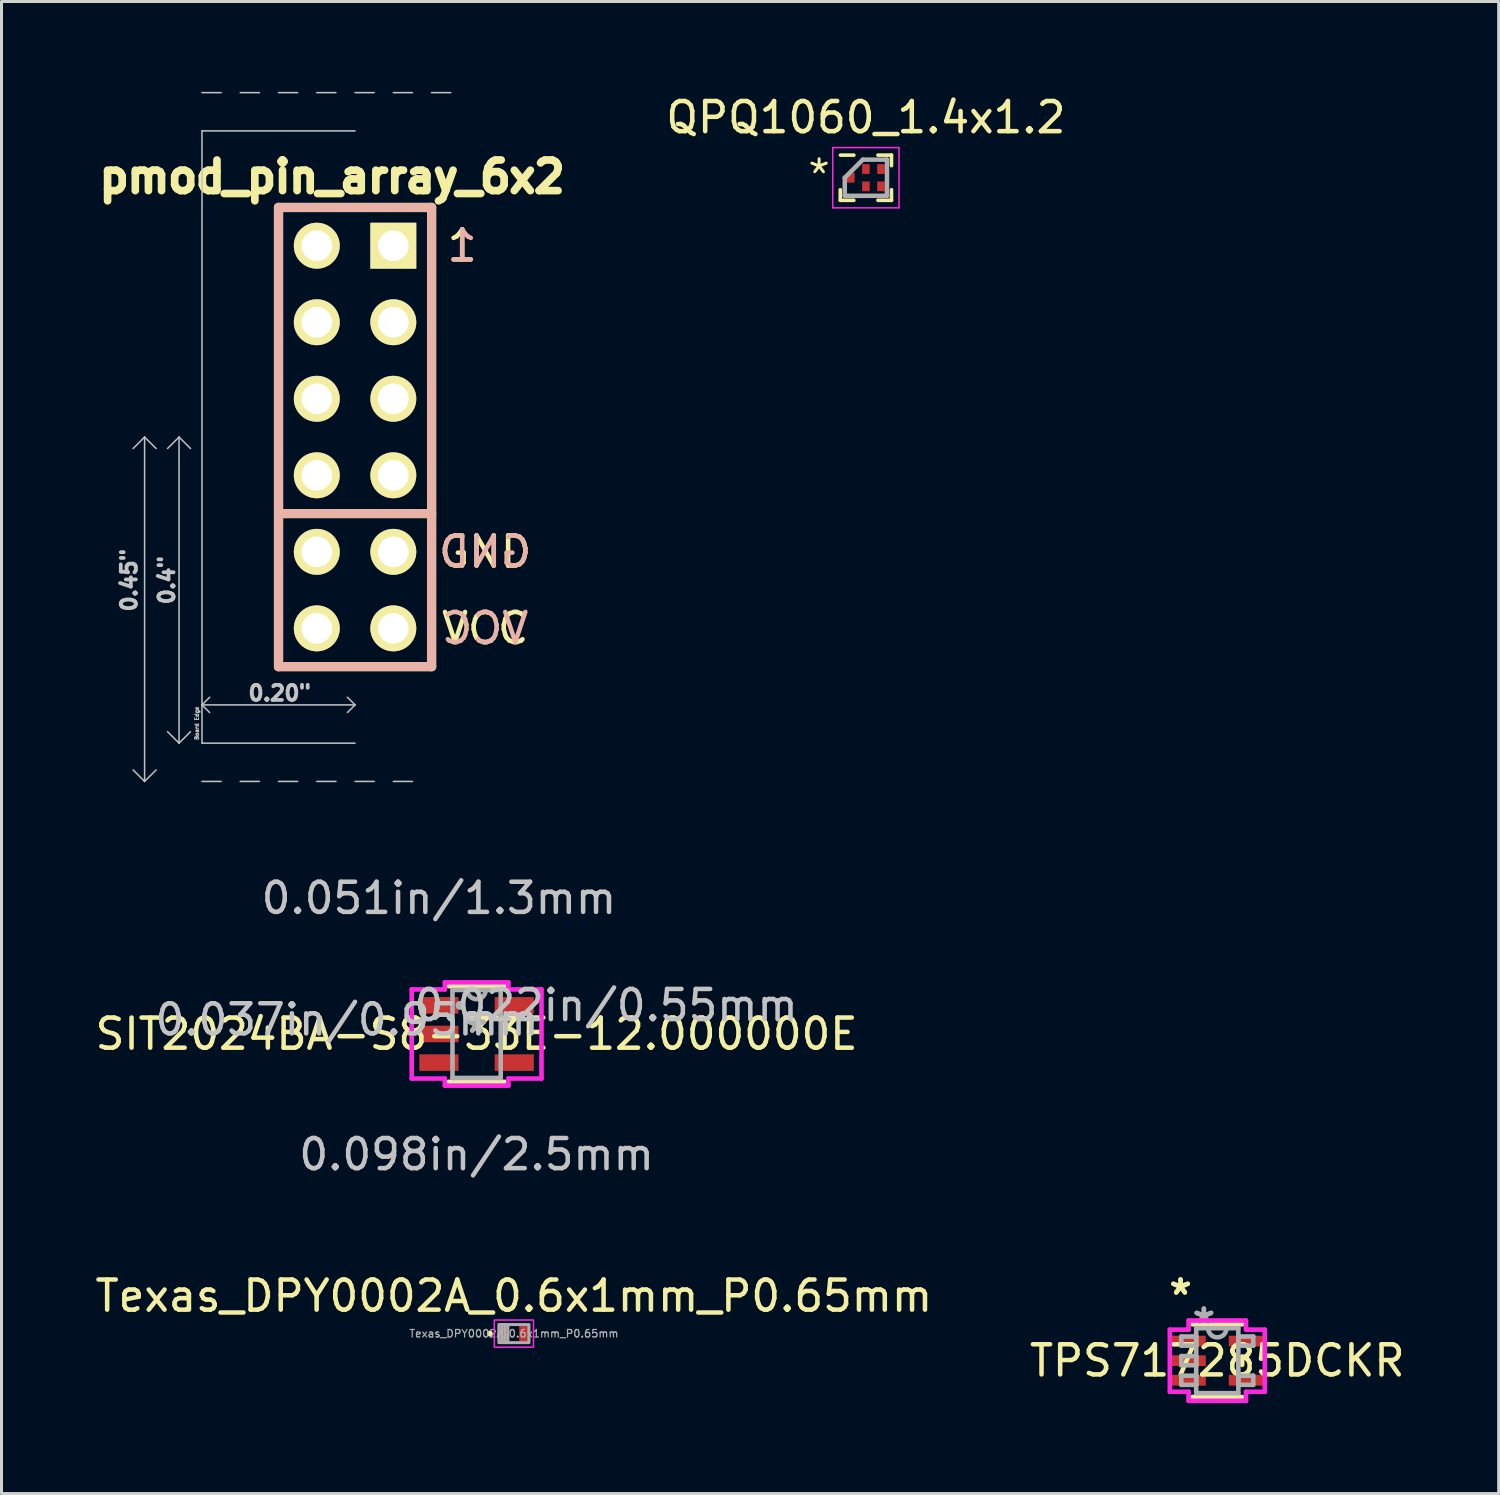
<source format=kicad_pcb>
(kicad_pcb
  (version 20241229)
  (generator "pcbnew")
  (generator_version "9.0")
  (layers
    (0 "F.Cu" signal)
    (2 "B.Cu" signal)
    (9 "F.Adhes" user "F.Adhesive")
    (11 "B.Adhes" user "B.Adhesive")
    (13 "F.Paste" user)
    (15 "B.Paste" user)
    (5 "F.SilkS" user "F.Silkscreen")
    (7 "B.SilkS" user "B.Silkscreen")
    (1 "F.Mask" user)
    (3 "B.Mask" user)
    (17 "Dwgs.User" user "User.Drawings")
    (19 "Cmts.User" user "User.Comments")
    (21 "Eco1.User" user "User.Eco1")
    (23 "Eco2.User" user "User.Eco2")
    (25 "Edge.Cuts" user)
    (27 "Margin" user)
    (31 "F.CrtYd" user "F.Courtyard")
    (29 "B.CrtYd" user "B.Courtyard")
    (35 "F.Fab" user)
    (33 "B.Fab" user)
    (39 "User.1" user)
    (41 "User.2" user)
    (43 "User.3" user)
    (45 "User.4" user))
  (footprint "SIT2024BA-S8-33E-12.000000E"
    (layer "F.Cu")
    (at 12.768 31.267)
    (property "Reference" "SIT2024BA-S8-33E-12.000000E" (at 0 0 0) (layer "F.SilkS") (effects (font (size 1 1) (thickness 0.15))))
    (attr through_hole)
    (fp_line (start -0.927 1.587) (end 0.927 1.587) (stroke (width 0.152) (type solid)) (layer "F.SilkS"))
    (fp_line (start 0.927 -1.587) (end -0.927 -1.587) (stroke (width 0.152) (type solid)) (layer "F.SilkS"))
    (fp_line (start 0.927 0.342) (end 0.927 -0.342) (stroke (width 0.152) (type solid)) (layer "F.SilkS"))
    (fp_line (start -2.154 -1.479) (end -1.054 -1.479) (stroke (width 0.152) (type solid)) (layer "F.CrtYd"))
    (fp_line (start -2.154 1.479) (end -2.154 -1.479) (stroke (width 0.152) (type solid)) (layer "F.CrtYd"))
    (fp_line (start -1.054 -1.714) (end 1.054 -1.714) (stroke (width 0.152) (type solid)) (layer "F.CrtYd"))
    (fp_line (start -1.054 -1.479) (end -1.054 -1.714) (stroke (width 0.152) (type solid)) (layer "F.CrtYd"))
    (fp_line (start -1.054 1.479) (end -2.154 1.479) (stroke (width 0.152) (type solid)) (layer "F.CrtYd"))
    (fp_line (start -1.054 1.714) (end -1.054 1.479) (stroke (width 0.152) (type solid)) (layer "F.CrtYd"))
    (fp_line (start 1.054 -1.714) (end 1.054 -1.479) (stroke (width 0.152) (type solid)) (layer "F.CrtYd"))
    (fp_line (start 1.054 -1.479) (end 2.154 -1.479) (stroke (width 0.152) (type solid)) (layer "F.CrtYd"))
    (fp_line (start 1.054 1.479) (end 1.054 1.714) (stroke (width 0.152) (type solid)) (layer "F.CrtYd"))
    (fp_line (start 1.054 1.714) (end -1.054 1.714) (stroke (width 0.152) (type solid)) (layer "F.CrtYd"))
    (fp_line (start 2.154 -1.479) (end 2.154 1.479) (stroke (width 0.152) (type solid)) (layer "F.CrtYd"))
    (fp_line (start 2.154 1.479) (end 1.054 1.479) (stroke (width 0.152) (type solid)) (layer "F.CrtYd"))
    (fp_line (start -0.8 -1.46) (end -0.8 1.46) (stroke (width 0.152) (type solid)) (layer "F.Fab"))
    (fp_line (start -0.8 1.46) (end 0.8 1.46) (stroke (width 0.152) (type solid)) (layer "F.Fab"))
    (fp_line (start 0.8 -1.46) (end -0.8 -1.46) (stroke (width 0.152) (type solid)) (layer "F.Fab"))
    (fp_line (start 0.8 1.46) (end 0.8 -1.46) (stroke (width 0.152) (type solid)) (layer "F.Fab"))
    (fp_arc (start 0.3048 -1.4605) (mid 0 -1.1557) (end -0.3048 -1.4605) (stroke (width 0.1524) (type solid)) (layer "F.Fab"))
    (fp_circle (center -0.546 -0.95) (end -0.546 -0.95) (stroke (width 0.152) (type solid)) (fill no) (layer "F.Fab"))
    (fp_text user "*" (at 0 0 0) (layer "F.SilkS") (effects (font (size 1 1) (thickness 0.15))))
    (fp_text user "0.051in/1.3mm" (at -1.25 -4.508 0) (layer "Dwgs.User") (effects (font (size 1 1) (thickness 0.15))))
    (fp_text user "0.022in/0.55mm" (at 4.298 -0.95 0) (layer "Dwgs.User") (effects (font (size 1 1) (thickness 0.15))))
    (fp_text user "0.098in/2.5mm" (at 0 3.998 0) (layer "Dwgs.User") (effects (font (size 1 1) (thickness 0.15))))
    (fp_text user "0.037in/0.95mm" (at -4.298 -0.475 0) (layer "Dwgs.User") (effects (font (size 1 1) (thickness 0.15))))
    (fp_text user "Copyright 2016 Accelerated Designs. All rights reserved." (at 0 0 0) (layer "Cmts.User") (effects (font (size 0.127 0.127) (thickness 0.002))))
    (fp_text user "*" (at 0 0 0) (layer "F.Fab") (effects (font (size 1 1) (thickness 0.15))))
    (pad "1" smd rect (at -1.25 -0.95) (size 1.3 0.55) (layers "F.Cu" "F.Mask" "F.Paste"))
    (pad "2" smd rect (at -1.25 0) (size 1.3 0.55) (layers "F.Cu" "F.Mask" "F.Paste"))
    (pad "3" smd rect (at -1.25 0.95) (size 1.3 0.55) (layers "F.Cu" "F.Mask" "F.Paste"))
    (pad "4" smd rect (at 1.25 0.95) (size 1.3 0.55) (layers "F.Cu" "F.Mask" "F.Paste"))
    (pad "5" smd rect (at 1.25 -0.95) (size 1.3 0.55) (layers "F.Cu" "F.Mask" "F.Paste")))
  (footprint "QPQ1060_1.4x1.2"
    (layer "F.Cu")
    (at 25.688 2.848)
    (property "Reference" "QPQ1060_1.4x1.2" (at 0 -2 0) (layer "F.SilkS") (effects (font (size 1 1) (thickness 0.15))))
    (attr smd)
    (fp_line (start -0.85 0.75) (end -0.85 0.4) (stroke (width 0.12) (type default)) (layer "F.SilkS"))
    (fp_line (start -0.4 -0.75) (end -0.844 -0.75) (stroke (width 0.12) (type default)) (layer "F.SilkS"))
    (fp_line (start -0.4 0.75) (end -0.85 0.75) (stroke (width 0.12) (type default)) (layer "F.SilkS"))
    (fp_line (start 0.4 -0.75) (end 0.85 -0.75) (stroke (width 0.12) (type default)) (layer "F.SilkS"))
    (fp_line (start 0.4 0.75) (end 0.85 0.75) (stroke (width 0.12) (type default)) (layer "F.SilkS"))
    (fp_line (start 0.85 -0.75) (end 0.85 -0.4) (stroke (width 0.12) (type default)) (layer "F.SilkS"))
    (fp_line (start 0.85 0.75) (end 0.85 0.4) (stroke (width 0.12) (type default)) (layer "F.SilkS"))
    (fp_line (start -1.1 -1) (end 1.1 -1) (stroke (width 0.05) (type default)) (layer "F.CrtYd"))
    (fp_line (start -1.1 1) (end -1.1 -1) (stroke (width 0.05) (type default)) (layer "F.CrtYd"))
    (fp_line (start 1.1 -1) (end 1.1 1) (stroke (width 0.05) (type default)) (layer "F.CrtYd"))
    (fp_line (start 1.1 1) (end -1.1 1) (stroke (width 0.05) (type default)) (layer "F.CrtYd"))
    (fp_line (start -0.7 0) (end -0.7 0.6) (stroke (width 0.15) (type default)) (layer "F.Fab"))
    (fp_line (start -0.7 0.6) (end 0.7 0.6) (stroke (width 0.15) (type default)) (layer "F.Fab"))
    (fp_line (start -0.1 -0.6) (end -0.7 0) (stroke (width 0.15) (type default)) (layer "F.Fab"))
    (fp_line (start 0.7 -0.6) (end -0.1 -0.6) (stroke (width 0.15) (type default)) (layer "F.Fab"))
    (fp_line (start 0.7 0.6) (end 0.7 -0.6) (stroke (width 0.15) (type default)) (layer "F.Fab"))
    (fp_text user "*" (at -2 0.5 0) (unlocked yes) (layer "F.SilkS") (effects (font (size 1 1) (thickness 0.1)) (justify left bottom)))
    (pad "1" smd rect (at -0.5 0) (size 0.25 0.325) (layers "F.Cu" "F.Mask" "F.Paste"))
    (pad "2" smd rect (at 0 0.287) (size 0.25 0.325) (layers "F.Cu" "F.Mask" "F.Paste"))
    (pad "3" smd rect (at 0.5 0.287) (size 0.25 0.325) (layers "F.Cu" "F.Mask" "F.Paste"))
    (pad "4" smd rect (at 0.5 -0.287) (size 0.25 0.325) (layers "F.Cu" "F.Mask" "F.Paste"))
    (pad "5" smd rect (at 0 -0.287) (size 0.25 0.325) (layers "F.Cu" "F.Mask" "F.Paste")))
  (footprint "TPS717285DCKR"
    (layer "F.Cu")
    (at 37.351 42.11)
    (property "Reference" "TPS717285DCKR" (at 0 0 0) (layer "F.SilkS") (effects (font (size 1 1) (thickness 0.15))))
    (attr through_hole)
    (fp_line (start -0.826 1.206) (end 0.826 1.206) (stroke (width 0.152) (type solid)) (layer "F.SilkS"))
    (fp_line (start 0.826 -1.206) (end -0.826 -1.206) (stroke (width 0.152) (type solid)) (layer "F.SilkS"))
    (fp_line (start 0.826 0.139) (end 0.826 -0.139) (stroke (width 0.152) (type solid)) (layer "F.SilkS"))
    (fp_line (start -1.575 -1.031) (end -0.953 -1.031) (stroke (width 0.152) (type solid)) (layer "F.CrtYd"))
    (fp_line (start -1.575 1.031) (end -1.575 -1.031) (stroke (width 0.152) (type solid)) (layer "F.CrtYd"))
    (fp_line (start -0.953 -1.333) (end 0.953 -1.333) (stroke (width 0.152) (type solid)) (layer "F.CrtYd"))
    (fp_line (start -0.953 -1.031) (end -0.953 -1.333) (stroke (width 0.152) (type solid)) (layer "F.CrtYd"))
    (fp_line (start -0.953 1.031) (end -1.575 1.031) (stroke (width 0.152) (type solid)) (layer "F.CrtYd"))
    (fp_line (start -0.953 1.333) (end -0.953 1.031) (stroke (width 0.152) (type solid)) (layer "F.CrtYd"))
    (fp_line (start 0.953 -1.333) (end 0.953 -1.031) (stroke (width 0.152) (type solid)) (layer "F.CrtYd"))
    (fp_line (start 0.953 -1.031) (end 1.575 -1.031) (stroke (width 0.152) (type solid)) (layer "F.CrtYd"))
    (fp_line (start 0.953 1.031) (end 0.953 1.333) (stroke (width 0.152) (type solid)) (layer "F.CrtYd"))
    (fp_line (start 0.953 1.333) (end -0.953 1.333) (stroke (width 0.152) (type solid)) (layer "F.CrtYd"))
    (fp_line (start 1.575 -1.031) (end 1.575 1.031) (stroke (width 0.152) (type solid)) (layer "F.CrtYd"))
    (fp_line (start 1.575 1.031) (end 0.953 1.031) (stroke (width 0.152) (type solid)) (layer "F.CrtYd"))
    (fp_line (start -1.194 -0.802) (end -1.194 -0.498) (stroke (width 0.152) (type solid)) (layer "F.Fab"))
    (fp_line (start -1.194 -0.498) (end -0.699 -0.498) (stroke (width 0.152) (type solid)) (layer "F.Fab"))
    (fp_line (start -1.194 -0.152) (end -1.194 0.152) (stroke (width 0.152) (type solid)) (layer "F.Fab"))
    (fp_line (start -1.194 0.152) (end -0.699 0.152) (stroke (width 0.152) (type solid)) (layer "F.Fab"))
    (fp_line (start -1.194 0.498) (end -1.194 0.802) (stroke (width 0.152) (type solid)) (layer "F.Fab"))
    (fp_line (start -1.194 0.802) (end -0.699 0.802) (stroke (width 0.152) (type solid)) (layer "F.Fab"))
    (fp_line (start -0.699 -1.079) (end -0.699 1.079) (stroke (width 0.152) (type solid)) (layer "F.Fab"))
    (fp_line (start -0.699 -0.802) (end -1.194 -0.802) (stroke (width 0.152) (type solid)) (layer "F.Fab"))
    (fp_line (start -0.699 -0.498) (end -0.699 -0.802) (stroke (width 0.152) (type solid)) (layer "F.Fab"))
    (fp_line (start -0.699 -0.152) (end -1.194 -0.152) (stroke (width 0.152) (type solid)) (layer "F.Fab"))
    (fp_line (start -0.699 0.152) (end -0.699 -0.152) (stroke (width 0.152) (type solid)) (layer "F.Fab"))
    (fp_line (start -0.699 0.498) (end -1.194 0.498) (stroke (width 0.152) (type solid)) (layer "F.Fab"))
    (fp_line (start -0.699 0.802) (end -0.699 0.498) (stroke (width 0.152) (type solid)) (layer "F.Fab"))
    (fp_line (start -0.699 1.079) (end 0.699 1.079) (stroke (width 0.152) (type solid)) (layer "F.Fab"))
    (fp_line (start 0.699 -1.079) (end -0.699 -1.079) (stroke (width 0.152) (type solid)) (layer "F.Fab"))
    (fp_line (start 0.699 -0.802) (end 0.699 -0.498) (stroke (width 0.152) (type solid)) (layer "F.Fab"))
    (fp_line (start 0.699 -0.498) (end 1.194 -0.498) (stroke (width 0.152) (type solid)) (layer "F.Fab"))
    (fp_line (start 0.699 0.498) (end 0.699 0.802) (stroke (width 0.152) (type solid)) (layer "F.Fab"))
    (fp_line (start 0.699 0.802) (end 1.194 0.802) (stroke (width 0.152) (type solid)) (layer "F.Fab"))
    (fp_line (start 0.699 1.079) (end 0.699 -1.079) (stroke (width 0.152) (type solid)) (layer "F.Fab"))
    (fp_line (start 1.194 -0.802) (end 0.699 -0.802) (stroke (width 0.152) (type solid)) (layer "F.Fab"))
    (fp_line (start 1.194 -0.498) (end 1.194 -0.802) (stroke (width 0.152) (type solid)) (layer "F.Fab"))
    (fp_line (start 1.194 0.498) (end 0.699 0.498) (stroke (width 0.152) (type solid)) (layer "F.Fab"))
    (fp_line (start 1.194 0.802) (end 1.194 0.498) (stroke (width 0.152) (type solid)) (layer "F.Fab"))
    (fp_arc (start 0.3048 -1.0795) (mid 0 -0.7747) (end -0.3048 -1.0795) (stroke (width 0.1524) (type solid)) (layer "F.Fab"))
    (fp_text user "*" (at -1.219 -2.149 0) (layer "F.SilkS") (effects (font (size 1 1) (thickness 0.15))))
    (fp_text user "*" (at -1.219 -2.149 0) (layer "F.SilkS") (effects (font (size 1 1) (thickness 0.15))))
    (fp_text user "*" (at -0.445 -1.183 0) (layer "F.Fab") (effects (font (size 1 1) (thickness 0.15))))
    (fp_text user "*" (at -0.445 -1.183 0) (layer "F.Fab") (effects (font (size 1 1) (thickness 0.15))))
    (pad "1" smd rect (at -0.965 -0.65) (size 1.168 0.356) (layers "F.Cu" "F.Mask" "F.Paste"))
    (pad "2" smd rect (at -0.965 0) (size 1.168 0.356) (layers "F.Cu" "F.Mask" "F.Paste"))
    (pad "3" smd rect (at -0.965 0.65) (size 1.168 0.356) (layers "F.Cu" "F.Mask" "F.Paste"))
    (pad "4" smd rect (at 0.965 0.65) (size 1.168 0.356) (layers "F.Cu" "F.Mask" "F.Paste"))
    (pad "5" smd rect (at 0.965 -0.65) (size 1.168 0.356) (layers "F.Cu" "F.Mask" "F.Paste")))
  (footprint "pmod_pin_array_6x2"
    (layer "F.Cu")
    (at 8.734 11.455)
    (property "Reference" "pmod_pin_array_6x2" (at -0.762 -8.636 0) (layer "F.SilkS") (effects (font (size 1.016 1.016) (thickness 0.254))))
    (attr through_hole)
    (fp_line (start -2.54 -7.62) (end -2.54 7.62) (stroke (width 0.305) (type solid)) (layer "F.SilkS"))
    (fp_line (start -2.54 7.62) (end 2.54 7.62) (stroke (width 0.305) (type solid)) (layer "F.SilkS"))
    (fp_line (start 2.54 -7.62) (end -2.54 -7.62) (stroke (width 0.305) (type solid)) (layer "F.SilkS"))
    (fp_line (start 2.54 2.54) (end -2.54 2.54) (stroke (width 0.305) (type solid)) (layer "F.SilkS"))
    (fp_line (start 2.54 7.62) (end 2.54 -7.62) (stroke (width 0.305) (type solid)) (layer "F.SilkS"))
    (fp_line (start -2.54 -7.62) (end -2.54 7.62) (stroke (width 0.305) (type solid)) (layer "B.SilkS"))
    (fp_line (start -2.54 7.62) (end 2.54 7.62) (stroke (width 0.305) (type solid)) (layer "B.SilkS"))
    (fp_line (start 2.54 -7.62) (end -2.54 -7.62) (stroke (width 0.305) (type solid)) (layer "B.SilkS"))
    (fp_line (start 2.54 2.54) (end -2.54 2.54) (stroke (width 0.305) (type solid)) (layer "B.SilkS"))
    (fp_line (start 2.54 7.62) (end 2.54 -7.62) (stroke (width 0.305) (type solid)) (layer "B.SilkS"))
    (fp_line (start -6.985 0) (end -7.366 0.381) (stroke (width 0.05) (type solid)) (layer "Dwgs.User"))
    (fp_line (start -6.985 0) (end -6.985 11.43) (stroke (width 0.05) (type solid)) (layer "Dwgs.User"))
    (fp_line (start -6.985 11.43) (end -7.366 11.049) (stroke (width 0.05) (type solid)) (layer "Dwgs.User"))
    (fp_line (start -6.985 11.43) (end -6.604 11.049) (stroke (width 0.05) (type solid)) (layer "Dwgs.User"))
    (fp_line (start -6.604 0.381) (end -6.985 0) (stroke (width 0.05) (type solid)) (layer "Dwgs.User"))
    (fp_line (start -5.842 0) (end -6.223 0.381) (stroke (width 0.05) (type solid)) (layer "Dwgs.User"))
    (fp_line (start -5.842 0) (end -5.842 10.16) (stroke (width 0.05) (type solid)) (layer "Dwgs.User"))
    (fp_line (start -5.842 0) (end -5.461 0.381) (stroke (width 0.05) (type solid)) (layer "Dwgs.User"))
    (fp_line (start -5.842 10.16) (end -6.223 9.779) (stroke (width 0.05) (type solid)) (layer "Dwgs.User"))
    (fp_line (start -5.842 10.16) (end -5.461 9.779) (stroke (width 0.05) (type solid)) (layer "Dwgs.User"))
    (fp_line (start -5.08 -11.43) (end -4.445 -11.43) (stroke (width 0.05) (type solid)) (layer "Dwgs.User"))
    (fp_line (start -5.08 8.89) (end -4.826 8.636) (stroke (width 0.05) (type solid)) (layer "Dwgs.User"))
    (fp_line (start -5.08 8.89) (end -4.826 9.144) (stroke (width 0.05) (type solid)) (layer "Dwgs.User"))
    (fp_line (start -5.08 10.16) (end -5.08 -10.16) (stroke (width 0.05) (type solid)) (layer "Dwgs.User"))
    (fp_line (start -5.08 11.43) (end -4.445 11.43) (stroke (width 0.05) (type solid)) (layer "Dwgs.User"))
    (fp_line (start -3.81 -11.43) (end -3.175 -11.43) (stroke (width 0.05) (type solid)) (layer "Dwgs.User"))
    (fp_line (start -3.81 11.43) (end -3.175 11.43) (stroke (width 0.05) (type solid)) (layer "Dwgs.User"))
    (fp_line (start -2.54 -11.43) (end -1.905 -11.43) (stroke (width 0.05) (type solid)) (layer "Dwgs.User"))
    (fp_line (start -2.54 11.43) (end -1.905 11.43) (stroke (width 0.05) (type solid)) (layer "Dwgs.User"))
    (fp_line (start -1.27 -11.43) (end -0.635 -11.43) (stroke (width 0.05) (type solid)) (layer "Dwgs.User"))
    (fp_line (start -1.27 11.43) (end -0.635 11.43) (stroke (width 0.05) (type solid)) (layer "Dwgs.User"))
    (fp_line (start -0.254 8.636) (end 0 8.89) (stroke (width 0.05) (type solid)) (layer "Dwgs.User"))
    (fp_line (start 0 -11.43) (end 0.635 -11.43) (stroke (width 0.05) (type solid)) (layer "Dwgs.User"))
    (fp_line (start 0 -10.16) (end -5.08 -10.16) (stroke (width 0.05) (type solid)) (layer "Dwgs.User"))
    (fp_line (start 0 8.89) (end -5.08 8.89) (stroke (width 0.05) (type solid)) (layer "Dwgs.User"))
    (fp_line (start 0 8.89) (end -0.254 9.144) (stroke (width 0.05) (type solid)) (layer "Dwgs.User"))
    (fp_line (start 0 10.16) (end -5.08 10.16) (stroke (width 0.05) (type solid)) (layer "Dwgs.User"))
    (fp_line (start 0 11.43) (end 0.635 11.43) (stroke (width 0.05) (type solid)) (layer "Dwgs.User"))
    (fp_line (start 1.27 -11.43) (end 1.905 -11.43) (stroke (width 0.05) (type solid)) (layer "Dwgs.User"))
    (fp_line (start 1.27 11.43) (end 1.905 11.43) (stroke (width 0.05) (type solid)) (layer "Dwgs.User"))
    (fp_line (start 2.54 -11.43) (end 3.175 -11.43) (stroke (width 0.05) (type solid)) (layer "Dwgs.User"))
    (fp_text user "VCC" (at 4.318 6.35 0) (layer "F.SilkS") (effects (font (size 1 1) (thickness 0.15))))
    (fp_text user "GND" (at 4.318 3.81 0) (layer "F.SilkS") (effects (font (size 1 1) (thickness 0.15))))
    (fp_text user "1" (at 3.556 -6.35 0) (layer "F.SilkS") (effects (font (size 1 1) (thickness 0.15))))
    (fp_text user "VCC" (at 4.318 6.35 0) (layer "B.SilkS") (effects (font (size 1 1) (thickness 0.15)) (justify mirror)))
    (fp_text user "1" (at 3.556 -6.35 0) (layer "B.SilkS") (effects (font (size 1 1) (thickness 0.15)) (justify mirror)))
    (fp_text user "GND" (at 4.318 3.81 0) (layer "B.SilkS") (effects (font (size 1 1) (thickness 0.15)) (justify mirror)))
    (fp_text user "0.4\"" (at -6.25 4.75 90) (layer "Dwgs.User") (effects (font (size 0.5 0.5) (thickness 0.125))))
    (fp_text user "0.20\"" (at -2.5 8.5 180) (layer "Dwgs.User") (effects (font (size 0.5 0.5) (thickness 0.125))))
    (fp_text user "Board Edge" (at -5.25 9.5 90) (layer "Dwgs.User") (effects (font (size 0.127 0.127) (thickness 0.032))))
    (fp_text user "0.45\"" (at -7.5 4.75 90) (layer "Dwgs.User") (effects (font (size 0.5 0.5) (thickness 0.125))))
    (pad "1" thru_hole rect (at 1.27 -6.35) (size 1.524 1.524) (drill 1.016) (layers "*.Cu" "*.Mask" "F.SilkS"))
    (pad "2" thru_hole circle (at 1.27 -3.81 270) (size 1.524 1.524) (drill 1.016) (layers "*.Cu" "*.Mask" "F.SilkS"))
    (pad "3" thru_hole circle (at 1.27 -1.27 270) (size 1.524 1.524) (drill 1.016) (layers "*.Cu" "*.Mask" "F.SilkS"))
    (pad "4" thru_hole circle (at 1.27 1.27 270) (size 1.524 1.524) (drill 1.016) (layers "*.Cu" "*.Mask" "F.SilkS"))
    (pad "5" thru_hole circle (at 1.27 3.81 270) (size 1.524 1.524) (drill 1.016) (layers "*.Cu" "*.Mask" "F.SilkS"))
    (pad "6" thru_hole circle (at 1.27 6.35 270) (size 1.524 1.524) (drill 1.016) (layers "*.Cu" "*.Mask" "F.SilkS"))
    (pad "7" thru_hole circle (at -1.27 -6.35 270) (size 1.524 1.524) (drill 1.016) (layers "*.Cu" "*.Mask" "F.SilkS"))
    (pad "8" thru_hole circle (at -1.27 -3.81 270) (size 1.524 1.524) (drill 1.016) (layers "*.Cu" "*.Mask" "F.SilkS"))
    (pad "9" thru_hole circle (at -1.27 -1.27 270) (size 1.524 1.524) (drill 1.016) (layers "*.Cu" "*.Mask" "F.SilkS"))
    (pad "10" thru_hole circle (at -1.27 1.27 270) (size 1.524 1.524) (drill 1.016) (layers "*.Cu" "*.Mask" "F.SilkS"))
    (pad "11" thru_hole circle (at -1.27 3.81 270) (size 1.524 1.524) (drill 1.016) (layers "*.Cu" "*.Mask" "F.SilkS"))
    (pad "12" thru_hole circle (at -1.27 6.35 270) (size 1.524 1.524) (drill 1.016) (layers "*.Cu" "*.Mask" "F.SilkS")))
  (footprint "Texas_DPY0002A_0.6x1mm_P0.65mm"
    (layer "F.Cu")
    (at 14.006 41.211)
    (property "Reference" "Texas_DPY0002A_0.6x1mm_P0.65mm" (at 0 -1.25 0) (unlocked yes) (layer "F.SilkS") (effects (font (size 1 1) (thickness 0.15))))
    (attr smd)
    (fp_circle (center -0.8 0) (end -0.75 0) (stroke (width 0.1) (type solid)) (fill no) (layer "F.SilkS"))
    (fp_rect (start -0.65 -0.45) (end 0.65 0.45) (stroke (width 0.05) (type solid)) (fill no) (layer "F.CrtYd"))
    (fp_line (start -0.4 0.3) (end -0.4 -0.3) (stroke (width 0.1) (type solid)) (layer "F.Fab"))
    (fp_line (start -0.3 0.3) (end -0.3 -0.3) (stroke (width 0.1) (type solid)) (layer "F.Fab"))
    (fp_line (start -0.2 0.3) (end -0.2 -0.3) (stroke (width 0.1) (type solid)) (layer "F.Fab"))
    (fp_rect (start -0.5 -0.3) (end 0.5 0.3) (stroke (width 0.1) (type solid)) (fill no) (layer "F.Fab"))
    (fp_text user "${REFERENCE}" (at 0 0 0) (layer "F.Fab") (effects (font (size 0.25 0.25) (thickness 0.04))))
    (pad "1" smd rect (at -0.325 0) (size 0.3 0.5) (layers "F.Cu" "F.Mask" "F.Paste"))
    (pad "2" smd rect (at 0.325 0) (size 0.3 0.5) (layers "F.Cu" "F.Mask" "F.Paste")))
  (gr_rect
    (start -3 -3)
    (end 46.69 46.52)
    (stroke (width 0.1) (type default))
    (fill no)
    (layer "Edge.Cuts")))
</source>
